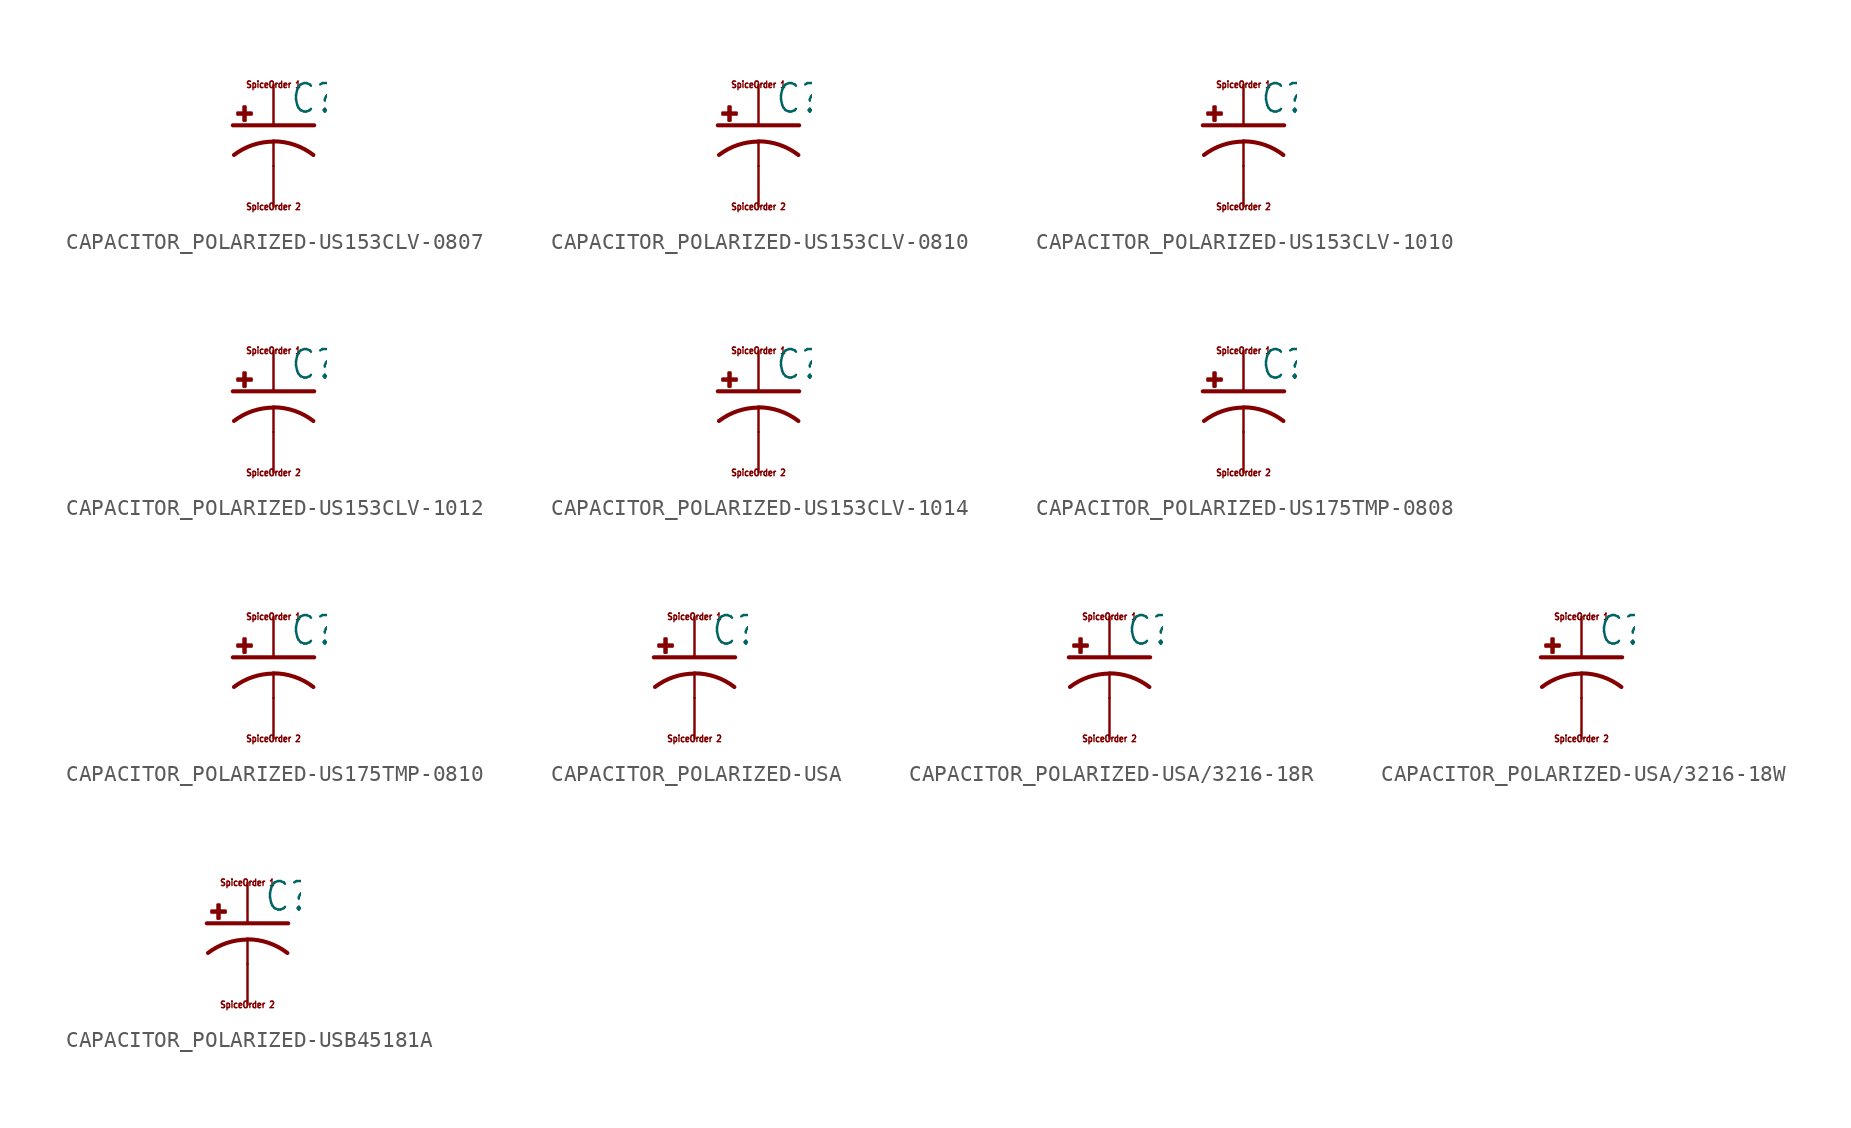
<source format=kicad_sym>
(kicad_symbol_lib
  (version 20231120)
  (generator "kicad_symbol_editor")
  (generator_version "8.0")
  (symbol "CAPACITOR_POLARIZED-US153CLV-0807"
    (property "Reference" "C"
      (at 1.016 0.635 0)
      (effects (font (size 1.778 1.511)) (justify left bottom)))
    (property "Value" ""
      (at 1.016 -4.191 0)
      (effects (font (size 1.778 1.511)) (justify left bottom)))
    (property "ki_locked" ""
      (at 0 0 0)
      (effects (font (size 1.27 1.27))))
    (symbol "CAPACITOR_POLARIZED-US153CLV-0807_1_0"
      (rectangle (start -2.253 0.668) (end -1.364 0.795) (stroke (width 0) (type default)) (fill (type outline)))
      (rectangle (start -1.872 0.287) (end -1.745 1.176) (stroke (width 0) (type default)) (fill (type outline)))
      (arc (start 0 -1.0161) (mid -1.3021 -1.2303) (end -2.4669 -1.8504) (stroke (width 0.254) (type solid)) (fill (type none)))
      (polyline (pts (xy -2.54 0) (xy 2.54 0)) (stroke (width 0.254) (type solid)) (fill (type none)))
      (polyline (pts (xy 0 -1.016) (xy 0 -2.54)) (stroke (width 0.152) (type solid)) (fill (type none)))
      (arc (start 2.4892 -1.8541) (mid 1.3158 -1.2194) (end 0 -1) (stroke (width 0.254) (type solid)) (fill (type none)))
      (text "SpiceOrder 1" (at 0 2.54 0) (effects (font (size 0.406 0.345))))
      (text "SpiceOrder 2" (at 0 -5.08 0) (effects (font (size 0.406 0.345))))
      (pin passive line (at 0 2.54 270) (length 2.54) (name "+" (effects (font (size 0 0)))) (number "+" (effects (font (size 0 0)))))
      (pin passive line (at 0 -5.08 90) (length 2.54) (name "-" (effects (font (size 0 0)))) (number "-" (effects (font (size 0 0)))))))
  (symbol "CAPACITOR_POLARIZED-US153CLV-0810"
    (property "Reference" "C"
      (at 1.016 0.635 0)
      (effects (font (size 1.778 1.511)) (justify left bottom)))
    (property "Value" ""
      (at 1.016 -4.191 0)
      (effects (font (size 1.778 1.511)) (justify left bottom)))
    (property "ki_locked" ""
      (at 0 0 0)
      (effects (font (size 1.27 1.27))))
    (symbol "CAPACITOR_POLARIZED-US153CLV-0810_1_0"
      (rectangle (start -2.253 0.668) (end -1.364 0.795) (stroke (width 0) (type default)) (fill (type outline)))
      (rectangle (start -1.872 0.287) (end -1.745 1.176) (stroke (width 0) (type default)) (fill (type outline)))
      (arc (start 0 -1.0161) (mid -1.3021 -1.2303) (end -2.4669 -1.8504) (stroke (width 0.254) (type solid)) (fill (type none)))
      (polyline (pts (xy -2.54 0) (xy 2.54 0)) (stroke (width 0.254) (type solid)) (fill (type none)))
      (polyline (pts (xy 0 -1.016) (xy 0 -2.54)) (stroke (width 0.152) (type solid)) (fill (type none)))
      (arc (start 2.4892 -1.8541) (mid 1.3158 -1.2194) (end 0 -1) (stroke (width 0.254) (type solid)) (fill (type none)))
      (text "SpiceOrder 1" (at 0 2.54 0) (effects (font (size 0.406 0.345))))
      (text "SpiceOrder 2" (at 0 -5.08 0) (effects (font (size 0.406 0.345))))
      (pin passive line (at 0 2.54 270) (length 2.54) (name "+" (effects (font (size 0 0)))) (number "+" (effects (font (size 0 0)))))
      (pin passive line (at 0 -5.08 90) (length 2.54) (name "-" (effects (font (size 0 0)))) (number "-" (effects (font (size 0 0)))))))
  (symbol "CAPACITOR_POLARIZED-US153CLV-1010"
    (property "Reference" "C"
      (at 1.016 0.635 0)
      (effects (font (size 1.778 1.511)) (justify left bottom)))
    (property "Value" ""
      (at 1.016 -4.191 0)
      (effects (font (size 1.778 1.511)) (justify left bottom)))
    (property "ki_locked" ""
      (at 0 0 0)
      (effects (font (size 1.27 1.27))))
    (symbol "CAPACITOR_POLARIZED-US153CLV-1010_1_0"
      (rectangle (start -2.253 0.668) (end -1.364 0.795) (stroke (width 0) (type default)) (fill (type outline)))
      (rectangle (start -1.872 0.287) (end -1.745 1.176) (stroke (width 0) (type default)) (fill (type outline)))
      (arc (start 0 -1.0161) (mid -1.3021 -1.2303) (end -2.4669 -1.8504) (stroke (width 0.254) (type solid)) (fill (type none)))
      (polyline (pts (xy -2.54 0) (xy 2.54 0)) (stroke (width 0.254) (type solid)) (fill (type none)))
      (polyline (pts (xy 0 -1.016) (xy 0 -2.54)) (stroke (width 0.152) (type solid)) (fill (type none)))
      (arc (start 2.4892 -1.8541) (mid 1.3158 -1.2194) (end 0 -1) (stroke (width 0.254) (type solid)) (fill (type none)))
      (text "SpiceOrder 1" (at 0 2.54 0) (effects (font (size 0.406 0.345))))
      (text "SpiceOrder 2" (at 0 -5.08 0) (effects (font (size 0.406 0.345))))
      (pin passive line (at 0 2.54 270) (length 2.54) (name "+" (effects (font (size 0 0)))) (number "+" (effects (font (size 0 0)))))
      (pin passive line (at 0 -5.08 90) (length 2.54) (name "-" (effects (font (size 0 0)))) (number "-" (effects (font (size 0 0)))))))
  (symbol "CAPACITOR_POLARIZED-US153CLV-1012"
    (property "Reference" "C"
      (at 1.016 0.635 0)
      (effects (font (size 1.778 1.511)) (justify left bottom)))
    (property "Value" ""
      (at 1.016 -4.191 0)
      (effects (font (size 1.778 1.511)) (justify left bottom)))
    (property "ki_locked" ""
      (at 0 0 0)
      (effects (font (size 1.27 1.27))))
    (symbol "CAPACITOR_POLARIZED-US153CLV-1012_1_0"
      (rectangle (start -2.253 0.668) (end -1.364 0.795) (stroke (width 0) (type default)) (fill (type outline)))
      (rectangle (start -1.872 0.287) (end -1.745 1.176) (stroke (width 0) (type default)) (fill (type outline)))
      (arc (start 0 -1.0161) (mid -1.3021 -1.2303) (end -2.4669 -1.8504) (stroke (width 0.254) (type solid)) (fill (type none)))
      (polyline (pts (xy -2.54 0) (xy 2.54 0)) (stroke (width 0.254) (type solid)) (fill (type none)))
      (polyline (pts (xy 0 -1.016) (xy 0 -2.54)) (stroke (width 0.152) (type solid)) (fill (type none)))
      (arc (start 2.4892 -1.8541) (mid 1.3158 -1.2194) (end 0 -1) (stroke (width 0.254) (type solid)) (fill (type none)))
      (text "SpiceOrder 1" (at 0 2.54 0) (effects (font (size 0.406 0.345))))
      (text "SpiceOrder 2" (at 0 -5.08 0) (effects (font (size 0.406 0.345))))
      (pin passive line (at 0 2.54 270) (length 2.54) (name "+" (effects (font (size 0 0)))) (number "+" (effects (font (size 0 0)))))
      (pin passive line (at 0 -5.08 90) (length 2.54) (name "-" (effects (font (size 0 0)))) (number "-" (effects (font (size 0 0)))))))
  (symbol "CAPACITOR_POLARIZED-US153CLV-1014"
    (property "Reference" "C"
      (at 1.016 0.635 0)
      (effects (font (size 1.778 1.511)) (justify left bottom)))
    (property "Value" ""
      (at 1.016 -4.191 0)
      (effects (font (size 1.778 1.511)) (justify left bottom)))
    (property "ki_locked" ""
      (at 0 0 0)
      (effects (font (size 1.27 1.27))))
    (symbol "CAPACITOR_POLARIZED-US153CLV-1014_1_0"
      (rectangle (start -2.253 0.668) (end -1.364 0.795) (stroke (width 0) (type default)) (fill (type outline)))
      (rectangle (start -1.872 0.287) (end -1.745 1.176) (stroke (width 0) (type default)) (fill (type outline)))
      (arc (start 0 -1.0161) (mid -1.3021 -1.2303) (end -2.4669 -1.8504) (stroke (width 0.254) (type solid)) (fill (type none)))
      (polyline (pts (xy -2.54 0) (xy 2.54 0)) (stroke (width 0.254) (type solid)) (fill (type none)))
      (polyline (pts (xy 0 -1.016) (xy 0 -2.54)) (stroke (width 0.152) (type solid)) (fill (type none)))
      (arc (start 2.4892 -1.8541) (mid 1.3158 -1.2194) (end 0 -1) (stroke (width 0.254) (type solid)) (fill (type none)))
      (text "SpiceOrder 1" (at 0 2.54 0) (effects (font (size 0.406 0.345))))
      (text "SpiceOrder 2" (at 0 -5.08 0) (effects (font (size 0.406 0.345))))
      (pin passive line (at 0 2.54 270) (length 2.54) (name "+" (effects (font (size 0 0)))) (number "+" (effects (font (size 0 0)))))
      (pin passive line (at 0 -5.08 90) (length 2.54) (name "-" (effects (font (size 0 0)))) (number "-" (effects (font (size 0 0)))))))
  (symbol "CAPACITOR_POLARIZED-US175TMP-0808"
    (property "Reference" "C"
      (at 1.016 0.635 0)
      (effects (font (size 1.778 1.511)) (justify left bottom)))
    (property "Value" ""
      (at 1.016 -4.191 0)
      (effects (font (size 1.778 1.511)) (justify left bottom)))
    (property "ki_locked" ""
      (at 0 0 0)
      (effects (font (size 1.27 1.27))))
    (symbol "CAPACITOR_POLARIZED-US175TMP-0808_1_0"
      (rectangle (start -2.253 0.668) (end -1.364 0.795) (stroke (width 0) (type default)) (fill (type outline)))
      (rectangle (start -1.872 0.287) (end -1.745 1.176) (stroke (width 0) (type default)) (fill (type outline)))
      (arc (start 0 -1.0161) (mid -1.3021 -1.2303) (end -2.4669 -1.8504) (stroke (width 0.254) (type solid)) (fill (type none)))
      (polyline (pts (xy -2.54 0) (xy 2.54 0)) (stroke (width 0.254) (type solid)) (fill (type none)))
      (polyline (pts (xy 0 -1.016) (xy 0 -2.54)) (stroke (width 0.152) (type solid)) (fill (type none)))
      (arc (start 2.4892 -1.8541) (mid 1.3158 -1.2194) (end 0 -1) (stroke (width 0.254) (type solid)) (fill (type none)))
      (text "SpiceOrder 1" (at 0 2.54 0) (effects (font (size 0.406 0.345))))
      (text "SpiceOrder 2" (at 0 -5.08 0) (effects (font (size 0.406 0.345))))
      (pin passive line (at 0 2.54 270) (length 2.54) (name "+" (effects (font (size 0 0)))) (number "+" (effects (font (size 0 0)))))
      (pin passive line (at 0 -5.08 90) (length 2.54) (name "-" (effects (font (size 0 0)))) (number "-" (effects (font (size 0 0)))))))
  (symbol "CAPACITOR_POLARIZED-US175TMP-0810"
    (property "Reference" "C"
      (at 1.016 0.635 0)
      (effects (font (size 1.778 1.511)) (justify left bottom)))
    (property "Value" ""
      (at 1.016 -4.191 0)
      (effects (font (size 1.778 1.511)) (justify left bottom)))
    (property "ki_locked" ""
      (at 0 0 0)
      (effects (font (size 1.27 1.27))))
    (symbol "CAPACITOR_POLARIZED-US175TMP-0810_1_0"
      (rectangle (start -2.253 0.668) (end -1.364 0.795) (stroke (width 0) (type default)) (fill (type outline)))
      (rectangle (start -1.872 0.287) (end -1.745 1.176) (stroke (width 0) (type default)) (fill (type outline)))
      (arc (start 0 -1.0161) (mid -1.3021 -1.2303) (end -2.4669 -1.8504) (stroke (width 0.254) (type solid)) (fill (type none)))
      (polyline (pts (xy -2.54 0) (xy 2.54 0)) (stroke (width 0.254) (type solid)) (fill (type none)))
      (polyline (pts (xy 0 -1.016) (xy 0 -2.54)) (stroke (width 0.152) (type solid)) (fill (type none)))
      (arc (start 2.4892 -1.8541) (mid 1.3158 -1.2194) (end 0 -1) (stroke (width 0.254) (type solid)) (fill (type none)))
      (text "SpiceOrder 1" (at 0 2.54 0) (effects (font (size 0.406 0.345))))
      (text "SpiceOrder 2" (at 0 -5.08 0) (effects (font (size 0.406 0.345))))
      (pin passive line (at 0 2.54 270) (length 2.54) (name "+" (effects (font (size 0 0)))) (number "+" (effects (font (size 0 0)))))
      (pin passive line (at 0 -5.08 90) (length 2.54) (name "-" (effects (font (size 0 0)))) (number "-" (effects (font (size 0 0)))))))
  (symbol "CAPACITOR_POLARIZED-USA"
    (property "Reference" "C"
      (at 1.016 0.635 0)
      (effects (font (size 1.778 1.511)) (justify left bottom)))
    (property "Value" ""
      (at 1.016 -4.191 0)
      (effects (font (size 1.778 1.511)) (justify left bottom)))
    (property "ki_locked" ""
      (at 0 0 0)
      (effects (font (size 1.27 1.27))))
    (symbol "CAPACITOR_POLARIZED-USA_1_0"
      (rectangle (start -2.253 0.668) (end -1.364 0.795) (stroke (width 0) (type default)) (fill (type outline)))
      (rectangle (start -1.872 0.287) (end -1.745 1.176) (stroke (width 0) (type default)) (fill (type outline)))
      (arc (start 0 -1.0161) (mid -1.3021 -1.2303) (end -2.4669 -1.8504) (stroke (width 0.254) (type solid)) (fill (type none)))
      (polyline (pts (xy -2.54 0) (xy 2.54 0)) (stroke (width 0.254) (type solid)) (fill (type none)))
      (polyline (pts (xy 0 -1.016) (xy 0 -2.54)) (stroke (width 0.152) (type solid)) (fill (type none)))
      (arc (start 2.4892 -1.8541) (mid 1.3158 -1.2194) (end 0 -1) (stroke (width 0.254) (type solid)) (fill (type none)))
      (text "SpiceOrder 1" (at 0 2.54 0) (effects (font (size 0.406 0.345))))
      (text "SpiceOrder 2" (at 0 -5.08 0) (effects (font (size 0.406 0.345))))
      (pin passive line (at 0 2.54 270) (length 2.54) (name "+" (effects (font (size 0 0)))) (number "+" (effects (font (size 0 0)))))
      (pin passive line (at 0 -5.08 90) (length 2.54) (name "-" (effects (font (size 0 0)))) (number "-" (effects (font (size 0 0)))))))
  (symbol "CAPACITOR_POLARIZED-USA/3216-18R"
    (property "Reference" "C"
      (at 1.016 0.635 0)
      (effects (font (size 1.778 1.511)) (justify left bottom)))
    (property "Value" ""
      (at 1.016 -4.191 0)
      (effects (font (size 1.778 1.511)) (justify left bottom)))
    (property "ki_locked" ""
      (at 0 0 0)
      (effects (font (size 1.27 1.27))))
    (symbol "CAPACITOR_POLARIZED-USA/3216-18R_1_0"
      (rectangle (start -2.253 0.668) (end -1.364 0.795) (stroke (width 0) (type default)) (fill (type outline)))
      (rectangle (start -1.872 0.287) (end -1.745 1.176) (stroke (width 0) (type default)) (fill (type outline)))
      (arc (start 0 -1.0161) (mid -1.3021 -1.2303) (end -2.4669 -1.8504) (stroke (width 0.254) (type solid)) (fill (type none)))
      (polyline (pts (xy -2.54 0) (xy 2.54 0)) (stroke (width 0.254) (type solid)) (fill (type none)))
      (polyline (pts (xy 0 -1.016) (xy 0 -2.54)) (stroke (width 0.152) (type solid)) (fill (type none)))
      (arc (start 2.4892 -1.8541) (mid 1.3158 -1.2194) (end 0 -1) (stroke (width 0.254) (type solid)) (fill (type none)))
      (text "SpiceOrder 1" (at 0 2.54 0) (effects (font (size 0.406 0.345))))
      (text "SpiceOrder 2" (at 0 -5.08 0) (effects (font (size 0.406 0.345))))
      (pin passive line (at 0 2.54 270) (length 2.54) (name "+" (effects (font (size 0 0)))) (number "+" (effects (font (size 0 0)))))
      (pin passive line (at 0 -5.08 90) (length 2.54) (name "-" (effects (font (size 0 0)))) (number "-" (effects (font (size 0 0)))))))
  (symbol "CAPACITOR_POLARIZED-USA/3216-18W"
    (property "Reference" "C"
      (at 1.016 0.635 0)
      (effects (font (size 1.778 1.511)) (justify left bottom)))
    (property "Value" ""
      (at 1.016 -4.191 0)
      (effects (font (size 1.778 1.511)) (justify left bottom)))
    (property "ki_locked" ""
      (at 0 0 0)
      (effects (font (size 1.27 1.27))))
    (symbol "CAPACITOR_POLARIZED-USA/3216-18W_1_0"
      (rectangle (start -2.253 0.668) (end -1.364 0.795) (stroke (width 0) (type default)) (fill (type outline)))
      (rectangle (start -1.872 0.287) (end -1.745 1.176) (stroke (width 0) (type default)) (fill (type outline)))
      (arc (start 0 -1.0161) (mid -1.3021 -1.2303) (end -2.4669 -1.8504) (stroke (width 0.254) (type solid)) (fill (type none)))
      (polyline (pts (xy -2.54 0) (xy 2.54 0)) (stroke (width 0.254) (type solid)) (fill (type none)))
      (polyline (pts (xy 0 -1.016) (xy 0 -2.54)) (stroke (width 0.152) (type solid)) (fill (type none)))
      (arc (start 2.4892 -1.8541) (mid 1.3158 -1.2194) (end 0 -1) (stroke (width 0.254) (type solid)) (fill (type none)))
      (text "SpiceOrder 1" (at 0 2.54 0) (effects (font (size 0.406 0.345))))
      (text "SpiceOrder 2" (at 0 -5.08 0) (effects (font (size 0.406 0.345))))
      (pin passive line (at 0 2.54 270) (length 2.54) (name "+" (effects (font (size 0 0)))) (number "+" (effects (font (size 0 0)))))
      (pin passive line (at 0 -5.08 90) (length 2.54) (name "-" (effects (font (size 0 0)))) (number "-" (effects (font (size 0 0)))))))
  (symbol "CAPACITOR_POLARIZED-USB45181A"
    (property "Reference" "C"
      (at 1.016 0.635 0)
      (effects (font (size 1.778 1.511)) (justify left bottom)))
    (property "Value" ""
      (at 1.016 -4.191 0)
      (effects (font (size 1.778 1.511)) (justify left bottom)))
    (property "ki_locked" ""
      (at 0 0 0)
      (effects (font (size 1.27 1.27))))
    (symbol "CAPACITOR_POLARIZED-USB45181A_1_0"
      (rectangle (start -2.253 0.668) (end -1.364 0.795) (stroke (width 0) (type default)) (fill (type outline)))
      (rectangle (start -1.872 0.287) (end -1.745 1.176) (stroke (width 0) (type default)) (fill (type outline)))
      (arc (start 0 -1.0161) (mid -1.3021 -1.2303) (end -2.4669 -1.8504) (stroke (width 0.254) (type solid)) (fill (type none)))
      (polyline (pts (xy -2.54 0) (xy 2.54 0)) (stroke (width 0.254) (type solid)) (fill (type none)))
      (polyline (pts (xy 0 -1.016) (xy 0 -2.54)) (stroke (width 0.152) (type solid)) (fill (type none)))
      (arc (start 2.4892 -1.8541) (mid 1.3158 -1.2194) (end 0 -1) (stroke (width 0.254) (type solid)) (fill (type none)))
      (text "SpiceOrder 1" (at 0 2.54 0) (effects (font (size 0.406 0.345))))
      (text "SpiceOrder 2" (at 0 -5.08 0) (effects (font (size 0.406 0.345))))
      (pin passive line (at 0 2.54 270) (length 2.54) (name "+" (effects (font (size 0 0)))) (number "+" (effects (font (size 0 0)))))
      (pin passive line (at 0 -5.08 90) (length 2.54) (name "-" (effects (font (size 0 0)))) (number "-" (effects (font (size 0 0))))))))
</source>
